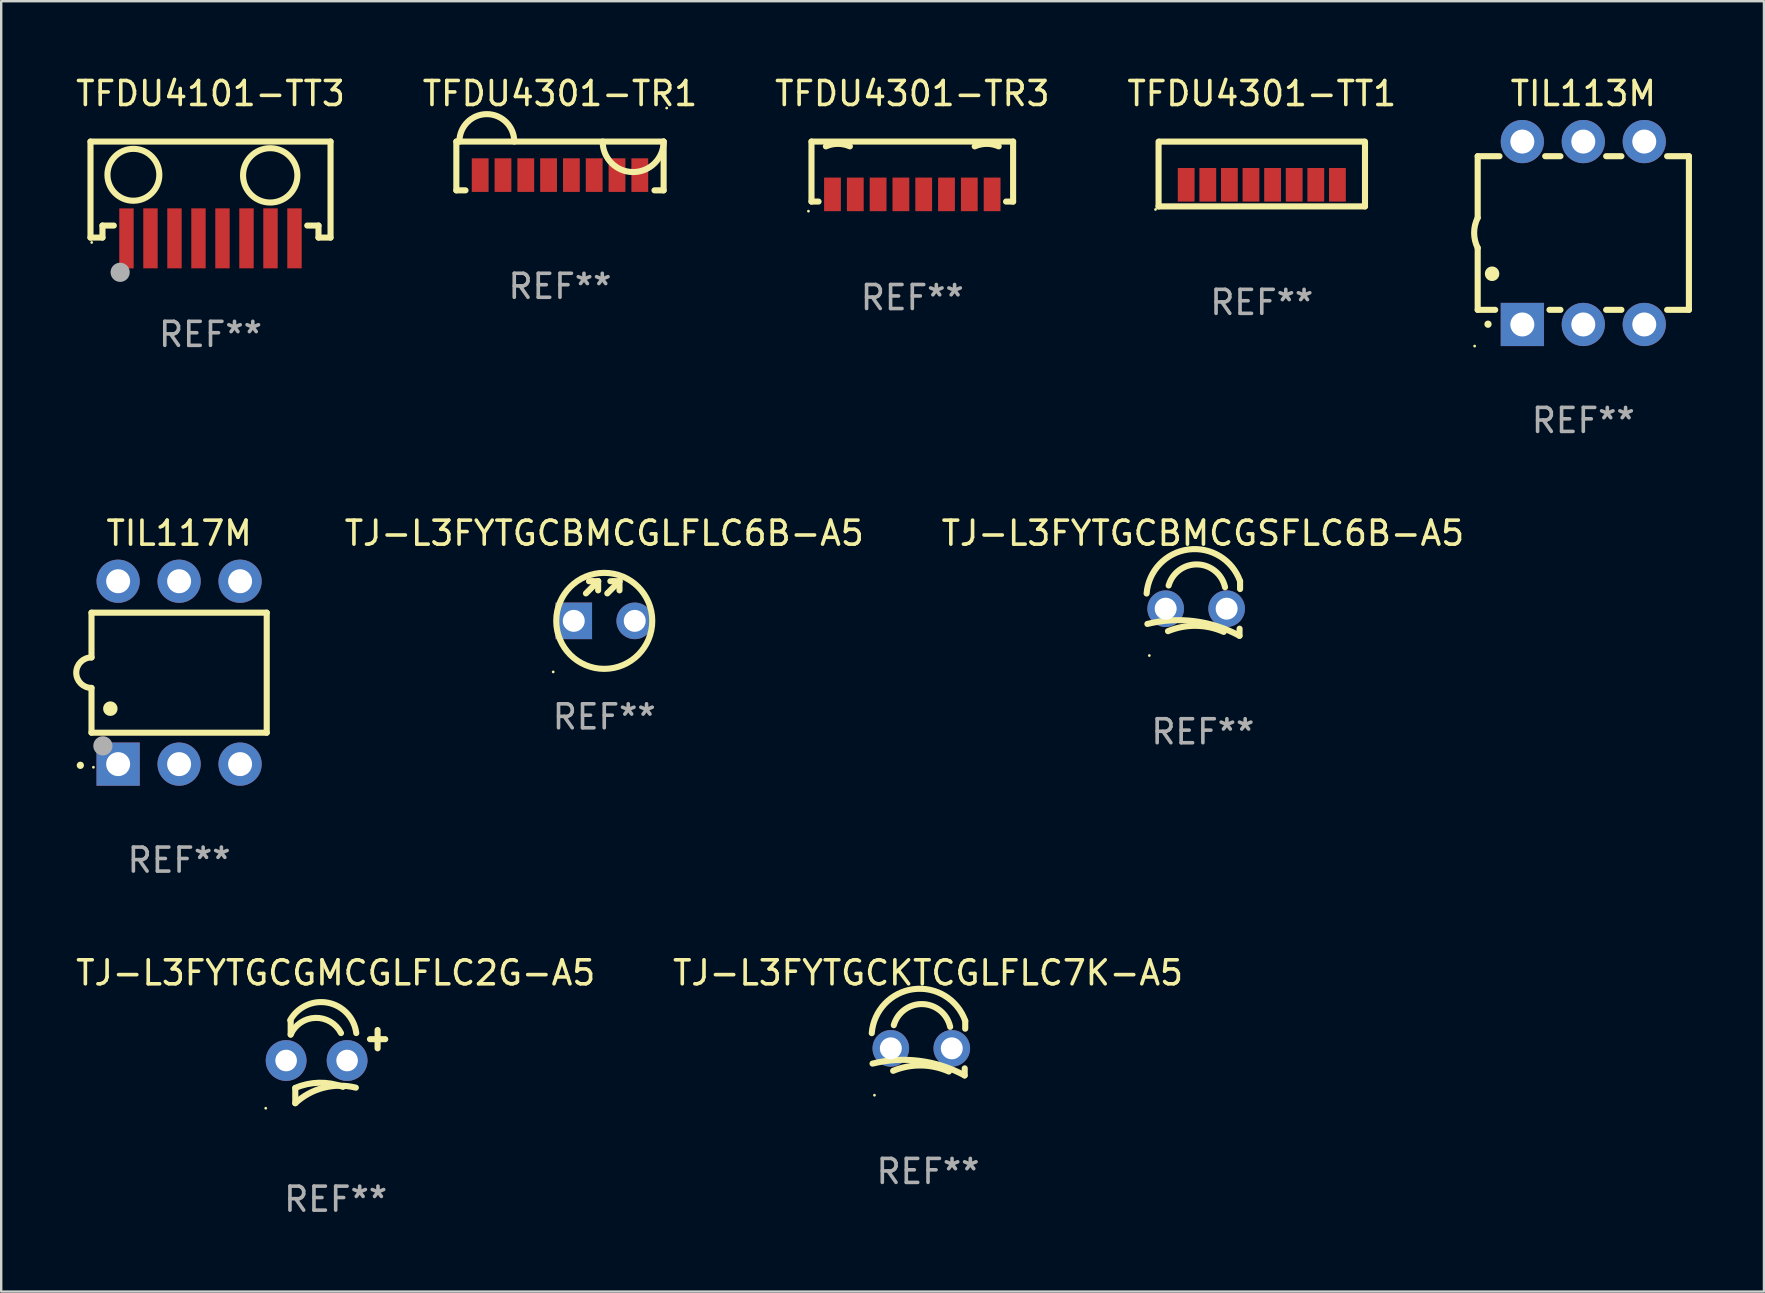
<source format=kicad_pcb>
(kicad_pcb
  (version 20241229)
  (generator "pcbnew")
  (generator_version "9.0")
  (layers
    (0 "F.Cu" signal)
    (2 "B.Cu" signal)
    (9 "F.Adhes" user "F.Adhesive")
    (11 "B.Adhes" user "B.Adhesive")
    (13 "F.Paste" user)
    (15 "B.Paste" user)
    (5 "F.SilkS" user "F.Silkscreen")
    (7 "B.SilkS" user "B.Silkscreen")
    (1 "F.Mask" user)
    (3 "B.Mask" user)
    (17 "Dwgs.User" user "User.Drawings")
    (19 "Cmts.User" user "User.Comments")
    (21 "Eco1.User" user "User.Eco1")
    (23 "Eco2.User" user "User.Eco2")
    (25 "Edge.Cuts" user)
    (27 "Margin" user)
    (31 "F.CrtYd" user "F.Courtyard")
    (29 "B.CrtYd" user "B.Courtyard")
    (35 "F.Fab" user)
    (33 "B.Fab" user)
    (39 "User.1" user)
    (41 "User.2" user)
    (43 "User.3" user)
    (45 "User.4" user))
  (footprint "TIL117M"
    (layer "F.Cu")
    (at 4.412 24.975)
    (property "Reference" "TIL117M" (at 0 -5.81 0) (layer "F.SilkS") (effects (font (size 1 1) (thickness 0.15))))
    (attr through_hole)
    (fp_line (start -3.65 -2.5) (end 3.65 -2.5) (stroke (width 0.254) (type solid)) (layer "F.SilkS"))
    (fp_line (start -3.65 -0.635) (end -3.65 -2.5) (stroke (width 0.254) (type solid)) (layer "F.SilkS"))
    (fp_line (start -3.65 0.635) (end -3.65 2.5) (stroke (width 0.254) (type solid)) (layer "F.SilkS"))
    (fp_line (start -3.65 2.5) (end 3.65 2.5) (stroke (width 0.254) (type solid)) (layer "F.SilkS"))
    (fp_line (start 3.65 -2.5) (end 3.65 2.5) (stroke (width 0.254) (type solid)) (layer "F.SilkS"))
    (fp_arc (start -4.114808 3.860808) (mid -4.114813 3.859538) (end -4.114808 3.858268) (stroke (width 0.3) (type solid)) (layer "F.SilkS"))
    (fp_arc (start -3.650013 0.635001) (mid -4.285014 0) (end -3.650013 -0.635001) (stroke (width 0.254001) (type solid)) (layer "F.SilkS"))
    (fp_arc (start -2.865405 1.501143) (mid -2.865416 1.498603) (end -2.865405 1.496063) (stroke (width 0.6) (type solid)) (layer "F.SilkS"))
    (fp_circle (center -3.57 3.94) (end -3.54 3.94) (stroke (width 0.06) (type solid)) (fill no) (layer "F.SilkS"))
    (fp_circle (center -3.175 3.048) (end -2.975 3.048) (stroke (width 0.4) (type solid)) (fill no) (layer "F.Fab"))
    (fp_text user "REF**" (at 0 7.81 0) (layer "F.Fab") (effects (font (size 1 1) (thickness 0.15))))
    (pad "1" thru_hole rect (at -2.54 3.81 90) (size 1.8 1.8) (drill 1) (layers "*.Cu" "*.Mask"))
    (pad "2" thru_hole circle (at 0 3.81) (size 1.8 1.8) (drill 1) (layers "*.Cu" "*.Mask"))
    (pad "3" thru_hole circle (at 2.54 3.81) (size 1.8 1.8) (drill 1) (layers "*.Cu" "*.Mask"))
    (pad "4" thru_hole circle (at 2.54 -3.81) (size 1.8 1.8) (drill 1) (layers "*.Cu" "*.Mask"))
    (pad "5" thru_hole circle (at 0 -3.81) (size 1.8 1.8) (drill 1) (layers "*.Cu" "*.Mask"))
    (pad "6" thru_hole circle (at -2.54 -3.81) (size 1.8 1.8) (drill 1) (layers "*.Cu" "*.Mask")))
  (footprint "TJ-L3FYTGCBMCGLFLC6B-A5"
    (layer "F.Cu")
    (at 22.124 21.99)
    (property "Reference" "TJ-L3FYTGCBMCGLFLC6B-A5" (at 0 -2.826 0) (layer "F.SilkS") (effects (font (size 1 1) (thickness 0.15))))
    (attr through_hole)
    (fp_line (start -0.762 -0.318) (end -0.254 -0.826) (stroke (width 0.254) (type solid)) (layer "F.SilkS"))
    (fp_line (start -0.508 -0.826) (end -0.635 -0.826) (stroke (width 0.254) (type solid)) (layer "F.SilkS"))
    (fp_line (start -0.254 -0.826) (end -0.508 -0.826) (stroke (width 0.254) (type solid)) (layer "F.SilkS"))
    (fp_line (start -0.254 -0.826) (end -0.254 -0.445) (stroke (width 0.254) (type solid)) (layer "F.SilkS"))
    (fp_line (start 0.127 -0.318) (end 0.635 -0.826) (stroke (width 0.254) (type solid)) (layer "F.SilkS"))
    (fp_line (start 0.381 -0.826) (end 0.254 -0.826) (stroke (width 0.254) (type solid)) (layer "F.SilkS"))
    (fp_line (start 0.635 -0.826) (end 0.381 -0.826) (stroke (width 0.254) (type solid)) (layer "F.SilkS"))
    (fp_line (start 0.635 -0.826) (end 0.635 -0.445) (stroke (width 0.254) (type solid)) (layer "F.SilkS"))
    (fp_circle (center -2.127 2.953) (end -2.097 2.953) (stroke (width 0.06) (type solid)) (fill no) (layer "F.SilkS"))
    (fp_circle (center 0 0.826) (end 2 0.826) (stroke (width 0.254) (type solid)) (fill no) (layer "F.SilkS"))
    (fp_text user "REF**" (at 0 4.826 0) (layer "F.Fab") (effects (font (size 1 1) (thickness 0.15))))
    (pad "1" thru_hole rect (at -1.27 0.826) (size 1.524 1.524) (drill 0.914) (layers "*.Cu" "*.Mask"))
    (pad "2" thru_hole circle (at 1.27 0.826) (size 1.524 1.524) (drill 0.914) (layers "*.Cu" "*.Mask")))
  (footprint "TFDU4301-TR1"
    (layer "F.Cu")
    (at 20.28 3.864)
    (property "Reference" "TFDU4301-TR1" (at 0 -3.016 0) (layer "F.SilkS") (effects (font (size 1 1) (thickness 0.15))))
    (attr through_hole)
    (fp_line (start -4.318 -1.016) (end -4.318 1.016) (stroke (width 0.254) (type solid)) (layer "F.SilkS"))
    (fp_line (start -4.318 1.016) (end -3.937 1.016) (stroke (width 0.254) (type solid)) (layer "F.SilkS"))
    (fp_line (start 3.937 1.016) (end 4.318 1.016) (stroke (width 0.254) (type solid)) (layer "F.SilkS"))
    (fp_line (start 4.318 -1.016) (end -4.318 -1.016) (stroke (width 0.254) (type solid)) (layer "F.SilkS"))
    (fp_line (start 4.318 1.016) (end 4.318 -1.016) (stroke (width 0.254) (type solid)) (layer "F.SilkS"))
    (fp_arc (start -4.191008 -1.016002) (mid -3.048006 -2.159004) (end -1.905004 -1.016002) (stroke (width 0.254001) (type solid)) (layer "F.SilkS"))
    (fp_arc (start 4.318009 -1.016002) (mid 3.048006 0.254001) (end 1.778003 -1.016002) (stroke (width 0.254001) (type solid)) (layer "F.SilkS"))
    (fp_circle (center 4.445 -2.413) (end 4.475 -2.413) (stroke (width 0.06) (type solid)) (fill no) (layer "F.SilkS"))
    (fp_text user "REF**" (at 0 5.016 0) (layer "F.Fab") (effects (font (size 1 1) (thickness 0.15))))
    (pad "1" smd rect (at 3.325 0.381 180) (size 0.7 1.4) (layers "F.Cu" "F.Mask" "F.Paste"))
    (pad "2" smd rect (at 2.375 0.381 180) (size 0.7 1.4) (layers "F.Cu" "F.Mask" "F.Paste"))
    (pad "3" smd rect (at 1.425 0.381 180) (size 0.7 1.4) (layers "F.Cu" "F.Mask" "F.Paste"))
    (pad "4" smd rect (at 0.475 0.381 180) (size 0.7 1.4) (layers "F.Cu" "F.Mask" "F.Paste"))
    (pad "5" smd rect (at -0.475 0.381 180) (size 0.7 1.4) (layers "F.Cu" "F.Mask" "F.Paste"))
    (pad "6" smd rect (at -1.425 0.381 180) (size 0.7 1.4) (layers "F.Cu" "F.Mask" "F.Paste"))
    (pad "7" smd rect (at -2.375 0.381 180) (size 0.7 1.4) (layers "F.Cu" "F.Mask" "F.Paste"))
    (pad "8" smd rect (at -3.325 0.381 180) (size 0.7 1.4) (layers "F.Cu" "F.Mask" "F.Paste")))
  (footprint "TFDU4101-TT3"
    (layer "F.Cu")
    (at 5.72 4.865)
    (property "Reference" "TFDU4101-TT3" (at 0 -4.017 0) (layer "F.SilkS") (effects (font (size 1 1) (thickness 0.15))))
    (attr through_hole)
    (fp_line (start -5.001 1.982) (end -4.501 1.982) (stroke (width 0.254) (type solid)) (layer "F.SilkS"))
    (fp_line (start -5 1.983) (end -5 -2.017) (stroke (width 0.254) (type solid)) (layer "F.SilkS"))
    (fp_line (start -4.999 -2.017) (end 5.001 -2.017) (stroke (width 0.254) (type solid)) (layer "F.SilkS"))
    (fp_line (start -4.501 1.482) (end -4.028 1.482) (stroke (width 0.254) (type solid)) (layer "F.SilkS"))
    (fp_line (start -4.501 1.982) (end -4.501 1.482) (stroke (width 0.254) (type solid)) (layer "F.SilkS"))
    (fp_line (start 4.03 1.482) (end 4.499 1.482) (stroke (width 0.254) (type solid)) (layer "F.SilkS"))
    (fp_line (start 4.499 1.482) (end 4.499 1.982) (stroke (width 0.254) (type solid)) (layer "F.SilkS"))
    (fp_line (start 4.499 1.982) (end 4.999 1.982) (stroke (width 0.254) (type solid)) (layer "F.SilkS"))
    (fp_line (start 5.001 -2.017) (end 5.001 1.983) (stroke (width 0.254) (type solid)) (layer "F.SilkS"))
    (fp_circle (center -4.949 2.186) (end -4.919 2.186) (stroke (width 0.06) (type solid)) (fill no) (layer "F.SilkS"))
    (fp_circle (center -3.213 -0.633) (end -2.132 -0.633) (stroke (width 0.254) (type solid)) (fill no) (layer "F.SilkS"))
    (fp_circle (center 2.488 -0.609) (end 3.62 -0.609) (stroke (width 0.254) (type solid)) (fill no) (layer "F.SilkS"))
    (fp_circle (center -3.764 3.43) (end -3.564 3.43) (stroke (width 0.4) (type solid)) (fill no) (layer "F.Fab"))
    (fp_text user "REF**" (at 0 6.017 0) (layer "F.Fab") (effects (font (size 1 1) (thickness 0.15))))
    (pad "1" smd rect (at -3.501 2.017 90) (size 2.5 0.6) (layers "F.Cu" "F.Mask" "F.Paste"))
    (pad "2" smd rect (at -2.501 2.015 90) (size 2.5 0.6) (layers "F.Cu" "F.Mask" "F.Paste"))
    (pad "3" smd rect (at -1.501 2.015 90) (size 2.5 0.6) (layers "F.Cu" "F.Mask" "F.Paste"))
    (pad "4" smd rect (at -0.501 2.015 90) (size 2.5 0.6) (layers "F.Cu" "F.Mask" "F.Paste"))
    (pad "5" smd rect (at 0.499 2.015 90) (size 2.5 0.6) (layers "F.Cu" "F.Mask" "F.Paste"))
    (pad "6" smd rect (at 1.499 2.015 90) (size 2.5 0.6) (layers "F.Cu" "F.Mask" "F.Paste"))
    (pad "7" smd rect (at 2.499 2.015 90) (size 2.5 0.6) (layers "F.Cu" "F.Mask" "F.Paste"))
    (pad "8" smd rect (at 3.499 2.015 90) (size 2.5 0.6) (layers "F.Cu" "F.Mask" "F.Paste")))
  (footprint "TFDU4301-TT1"
    (layer "F.Cu")
    (at 49.518 4.199)
    (property "Reference" "TFDU4301-TT1" (at 0 -3.35 0) (layer "F.SilkS") (effects (font (size 1 1) (thickness 0.15))))
    (attr through_hole)
    (fp_line (start -4.3 1.35) (end -4.3 -1.35) (stroke (width 0.254) (type solid)) (layer "F.SilkS"))
    (fp_line (start -4.3 1.35) (end 4.3 1.35) (stroke (width 0.254) (type solid)) (layer "F.SilkS"))
    (fp_line (start -4.25 -1.35) (end 4.25 -1.35) (stroke (width 0.254) (type solid)) (layer "F.SilkS"))
    (fp_line (start 4.3 1.35) (end 4.3 -1.35) (stroke (width 0.254) (type solid)) (layer "F.SilkS"))
    (fp_circle (center -4.427 1.477) (end -4.397 1.477) (stroke (width 0.06) (type solid)) (fill no) (layer "F.SilkS"))
    (fp_text user "REF**" (at 0 5.35 0) (layer "F.Fab") (effects (font (size 1 1) (thickness 0.15))))
    (pad "1" smd rect (at -3.15 0.45) (size 0.7 1.4) (layers "F.Cu" "F.Mask" "F.Paste"))
    (pad "2" smd rect (at -2.249 0.45) (size 0.7 1.4) (layers "F.Cu" "F.Mask" "F.Paste"))
    (pad "3" smd rect (at -1.35 0.45) (size 0.7 1.4) (layers "F.Cu" "F.Mask" "F.Paste"))
    (pad "4" smd rect (at -0.45 0.45) (size 0.7 1.4) (layers "F.Cu" "F.Mask" "F.Paste"))
    (pad "5" smd rect (at 0.451 0.45) (size 0.7 1.4) (layers "F.Cu" "F.Mask" "F.Paste"))
    (pad "6" smd rect (at 1.35 0.45) (size 0.7 1.4) (layers "F.Cu" "F.Mask" "F.Paste"))
    (pad "7" smd rect (at 2.25 0.45) (size 0.7 1.4) (layers "F.Cu" "F.Mask" "F.Paste"))
    (pad "8" smd rect (at 3.151 0.45) (size 0.7 1.4) (layers "F.Cu" "F.Mask" "F.Paste")))
  (footprint "TJ-L3FYTGCGMCGLFLC2G-A5"
    (layer "F.Cu")
    (at 10.935 41.196)
    (property "Reference" "TJ-L3FYTGCGMCGLFLC2G-A5" (at 0 -3.715 0) (layer "F.SilkS") (effects (font (size 1 1) (thickness 0.15))))
    (attr through_hole)
    (fp_line (start -1.875 -1.145) (end -1.875 -1.715) (stroke (width 0.254) (type solid)) (layer "F.SilkS"))
    (fp_line (start -1.683 1.08) (end -1.683 1.715) (stroke (width 0.254) (type solid)) (layer "F.SilkS"))
    (fp_line (start 1.429 -0.952) (end 2.064 -0.952) (stroke (width 0.254) (type solid)) (layer "F.SilkS"))
    (fp_line (start 1.746 -0.571) (end 1.746 -1.334) (stroke (width 0.254) (type solid)) (layer "F.SilkS"))
    (fp_arc (start -1.894068 -1.743282) (mid -0.324162 -2.470659) (end 0.857163 -1.206477) (stroke (width 0.254001) (type solid)) (layer "F.SilkS"))
    (fp_arc (start -1.875197 -1.144832) (mid -0.846022 -1.839243) (end 0.222162 -1.206477) (stroke (width 0.254001) (type solid)) (layer "F.SilkS"))
    (fp_arc (start -1.682842 1.079528) (mid -0.694804 0.862829) (end 0.30235 1.032716) (stroke (width 0.254001) (type solid)) (layer "F.SilkS"))
    (fp_arc (start -1.682842 1.714529) (mid -0.503048 1.071549) (end 0.840576 1.068047) (stroke (width 0.254001) (type solid)) (layer "F.SilkS"))
    (fp_circle (center -2.914 1.925) (end -2.884 1.925) (stroke (width 0.06) (type solid)) (fill no) (layer "F.SilkS"))
    (fp_text user "REF**" (at 0 5.715 0) (layer "F.Fab") (effects (font (size 1 1) (thickness 0.15))))
    (pad "1" thru_hole circle (at -2.064 -0.063) (size 1.7 1.7) (drill 0.9) (layers "*.Cu" "*.Mask"))
    (pad "2" thru_hole circle (at 0.476 -0.063) (size 1.7 1.7) (drill 0.9) (layers "*.Cu" "*.Mask")))
  (footprint "TFDU4301-TR3"
    (layer "F.Cu")
    (at 34.958 4.098)
    (property "Reference" "TFDU4301-TR3" (at 0 -3.25 0) (layer "F.SilkS") (effects (font (size 1 1) (thickness 0.15))))
    (attr through_hole)
    (fp_line (start -4.2 -1.25) (end 4.2 -1.25) (stroke (width 0.254) (type solid)) (layer "F.SilkS"))
    (fp_line (start -4.2 1.25) (end -4.2 -1.25) (stroke (width 0.254) (type solid)) (layer "F.SilkS"))
    (fp_line (start -4.2 1.25) (end -3.906 1.25) (stroke (width 0.254) (type solid)) (layer "F.SilkS"))
    (fp_line (start 3.906 1.25) (end 4.2 1.25) (stroke (width 0.254) (type solid)) (layer "F.SilkS"))
    (fp_line (start 4.2 1.25) (end 4.2 -1.25) (stroke (width 0.254) (type solid)) (layer "F.SilkS"))
    (fp_arc (start -3.6 -1.05) (mid -3.1 -1.154803) (end -2.6 -1.05) (stroke (width 0.254001) (type solid)) (layer "F.SilkS"))
    (fp_arc (start 2.6 -1.05) (mid 3.1 -1.154803) (end 3.6 -1.05) (stroke (width 0.254001) (type solid)) (layer "F.SilkS"))
    (fp_circle (center -4.327 1.65) (end -4.297 1.65) (stroke (width 0.06) (type solid)) (fill no) (layer "F.SilkS"))
    (fp_text user "REF**" (at 0 5.25 0) (layer "F.Fab") (effects (font (size 1 1) (thickness 0.15))))
    (pad "1" smd rect (at -3.325 0.95) (size 0.7 1.4) (layers "F.Cu" "F.Mask" "F.Paste"))
    (pad "2" smd rect (at -2.375 0.95) (size 0.7 1.4) (layers "F.Cu" "F.Mask" "F.Paste"))
    (pad "3" smd rect (at -1.425 0.95) (size 0.7 1.4) (layers "F.Cu" "F.Mask" "F.Paste"))
    (pad "4" smd rect (at -0.475 0.95) (size 0.7 1.4) (layers "F.Cu" "F.Mask" "F.Paste"))
    (pad "5" smd rect (at 0.475 0.95) (size 0.7 1.4) (layers "F.Cu" "F.Mask" "F.Paste"))
    (pad "6" smd rect (at 1.425 0.95) (size 0.7 1.4) (layers "F.Cu" "F.Mask" "F.Paste"))
    (pad "7" smd rect (at 2.375 0.95) (size 0.7 1.4) (layers "F.Cu" "F.Mask" "F.Paste"))
    (pad "8" smd rect (at 3.325 0.95) (size 0.7 1.4) (layers "F.Cu" "F.Mask" "F.Paste")))
  (footprint "TJ-L3FYTGCBMCGSFLC6B-A5"
    (layer "F.Cu")
    (at 47.064 22.301)
    (property "Reference" "TJ-L3FYTGCBMCGSFLC6B-A5" (at 0 -3.137 0) (layer "F.SilkS") (effects (font (size 1 1) (thickness 0.15))))
    (attr through_hole)
    (fp_line (start 1.529 0.842) (end 1.525 1.137) (stroke (width 0.254) (type solid)) (layer "F.SilkS"))
    (fp_line (start 1.55 -1.137) (end 1.55 -0.811) (stroke (width 0.254) (type solid)) (layer "F.SilkS"))
    (fp_arc (start -2.344336 -0.624664) (mid -0.604362 -2.457931) (end 1.550229 -1.136525) (stroke (width 0.254001) (type solid)) (layer "F.SilkS"))
    (fp_arc (start -2.31223 0.643358) (mid -0.347208 0.529557) (end 1.525184 1.136526) (stroke (width 0.254001) (type solid)) (layer "F.SilkS"))
    (fp_arc (start -1.45348 0.944425) (mid -0.289454 0.72139) (end 0.868415 0.974448) (stroke (width 0.254001) (type solid)) (layer "F.SilkS"))
    (fp_arc (start -1.426174 -0.958548) (mid -0.223791 -1.836179) (end 0.922695 -0.88669) (stroke (width 0.254001) (type solid)) (layer "F.SilkS"))
    (fp_circle (center -2.231 1.96) (end -2.201 1.96) (stroke (width 0.06) (type solid)) (fill no) (layer "F.SilkS"))
    (fp_text user "REF**" (at 0 5.137 0) (layer "F.Fab") (effects (font (size 1 1) (thickness 0.15))))
    (pad "1" thru_hole circle (at -1.55 0.008) (size 1.524 1.524) (drill 0.914) (layers "*.Cu" "*.Mask"))
    (pad "2" thru_hole circle (at 0.99 0.008) (size 1.524 1.524) (drill 0.914) (layers "*.Cu" "*.Mask")))
  (footprint "TJ-L3FYTGCKTCGLFLC7K-A5"
    (layer "F.Cu")
    (at 35.613 40.618)
    (property "Reference" "TJ-L3FYTGCKTCGLFLC7K-A5" (at 0 -3.137 0) (layer "F.SilkS") (effects (font (size 1 1) (thickness 0.15))))
    (attr through_hole)
    (fp_line (start 1.529 0.842) (end 1.525 1.137) (stroke (width 0.254) (type solid)) (layer "F.SilkS"))
    (fp_line (start 1.55 -1.137) (end 1.55 -0.811) (stroke (width 0.254) (type solid)) (layer "F.SilkS"))
    (fp_arc (start -2.344336 -0.624664) (mid -0.604362 -2.457931) (end 1.550229 -1.136525) (stroke (width 0.254001) (type solid)) (layer "F.SilkS"))
    (fp_arc (start -2.31223 0.643358) (mid -0.347208 0.529557) (end 1.525184 1.136526) (stroke (width 0.254001) (type solid)) (layer "F.SilkS"))
    (fp_arc (start -1.45348 0.944425) (mid -0.289454 0.72139) (end 0.868415 0.974448) (stroke (width 0.254001) (type solid)) (layer "F.SilkS"))
    (fp_arc (start -1.426174 -0.958548) (mid -0.223791 -1.836179) (end 0.922695 -0.88669) (stroke (width 0.254001) (type solid)) (layer "F.SilkS"))
    (fp_circle (center -2.231 1.96) (end -2.201 1.96) (stroke (width 0.06) (type solid)) (fill no) (layer "F.SilkS"))
    (fp_text user "REF**" (at 0 5.137 0) (layer "F.Fab") (effects (font (size 1 1) (thickness 0.15))))
    (pad "1" thru_hole circle (at -1.55 0.008) (size 1.524 1.524) (drill 0.914) (layers "*.Cu" "*.Mask"))
    (pad "2" thru_hole circle (at 0.99 0.008) (size 1.524 1.524) (drill 0.914) (layers "*.Cu" "*.Mask")))
  (footprint "TIL113M"
    (layer "F.Cu")
    (at 62.913 6.658)
    (property "Reference" "TIL113M" (at 0 -5.81 0) (layer "F.SilkS") (effects (font (size 1 1) (thickness 0.15))))
    (attr through_hole)
    (fp_line (start -4.4 -3.2) (end -4.4 -0.635) (stroke (width 0.254) (type solid)) (layer "F.SilkS"))
    (fp_line (start -4.4 -3.2) (end -3.492 -3.2) (stroke (width 0.254) (type solid)) (layer "F.SilkS"))
    (fp_line (start -4.4 3.2) (end -4.4 0.619) (stroke (width 0.254) (type solid)) (layer "F.SilkS"))
    (fp_line (start -3.671 3.2) (end -4.4 3.2) (stroke (width 0.254) (type solid)) (layer "F.SilkS"))
    (fp_line (start -1.588 -3.2) (end -0.952 -3.2) (stroke (width 0.254) (type solid)) (layer "F.SilkS"))
    (fp_line (start -0.952 3.2) (end -1.409 3.2) (stroke (width 0.254) (type solid)) (layer "F.SilkS"))
    (fp_line (start 0.952 -3.2) (end 1.588 -3.2) (stroke (width 0.254) (type solid)) (layer "F.SilkS"))
    (fp_line (start 1.588 3.2) (end 0.952 3.2) (stroke (width 0.254) (type solid)) (layer "F.SilkS"))
    (fp_line (start 3.492 -3.2) (end 4.4 -3.2) (stroke (width 0.254) (type solid)) (layer "F.SilkS"))
    (fp_line (start 4.4 -3.2) (end 4.4 3.2) (stroke (width 0.254) (type solid)) (layer "F.SilkS"))
    (fp_line (start 4.4 3.2) (end 3.492 3.2) (stroke (width 0.254) (type solid)) (layer "F.SilkS"))
    (fp_arc (start -4.399288 0.619762) (mid -4.547636 -0.007536) (end -4.4 -0.635001) (stroke (width 0.254001) (type solid)) (layer "F.SilkS"))
    (fp_arc (start -3.970028 3.799848) (mid -3.970033 3.798578) (end -3.970028 3.797308) (stroke (width 0.3) (type solid)) (layer "F.SilkS"))
    (fp_arc (start -3.799848 1.699263) (mid -3.799859 1.696723) (end -3.799848 1.694183) (stroke (width 0.6) (type solid)) (layer "F.SilkS"))
    (fp_circle (center -4.527 4.71) (end -4.497 4.71) (stroke (width 0.06) (type solid)) (fill no) (layer "F.SilkS"))
    (fp_text user "REF**" (at 0 7.81 0) (layer "F.Fab") (effects (font (size 1 1) (thickness 0.15))))
    (pad "1" thru_hole rect (at -2.54 3.81 180) (size 1.8 1.8) (drill 1) (layers "*.Cu" "*.Mask"))
    (pad "2" thru_hole circle (at 0 3.81) (size 1.8 1.8) (drill 1) (layers "*.Cu" "*.Mask"))
    (pad "3" thru_hole circle (at 2.54 3.81) (size 1.8 1.8) (drill 1) (layers "*.Cu" "*.Mask"))
    (pad "4" thru_hole circle (at 2.54 -3.81) (size 1.8 1.8) (drill 1) (layers "*.Cu" "*.Mask"))
    (pad "5" thru_hole circle (at 0 -3.81) (size 1.8 1.8) (drill 1) (layers "*.Cu" "*.Mask"))
    (pad "6" thru_hole circle (at -2.54 -3.81) (size 1.8 1.8) (drill 1) (layers "*.Cu" "*.Mask")))
  (gr_rect
    (start -3 -3)
    (end 70.44 50.759)
    (stroke (width 0.1) (type default))
    (fill no)
    (layer "Edge.Cuts")))
</source>
